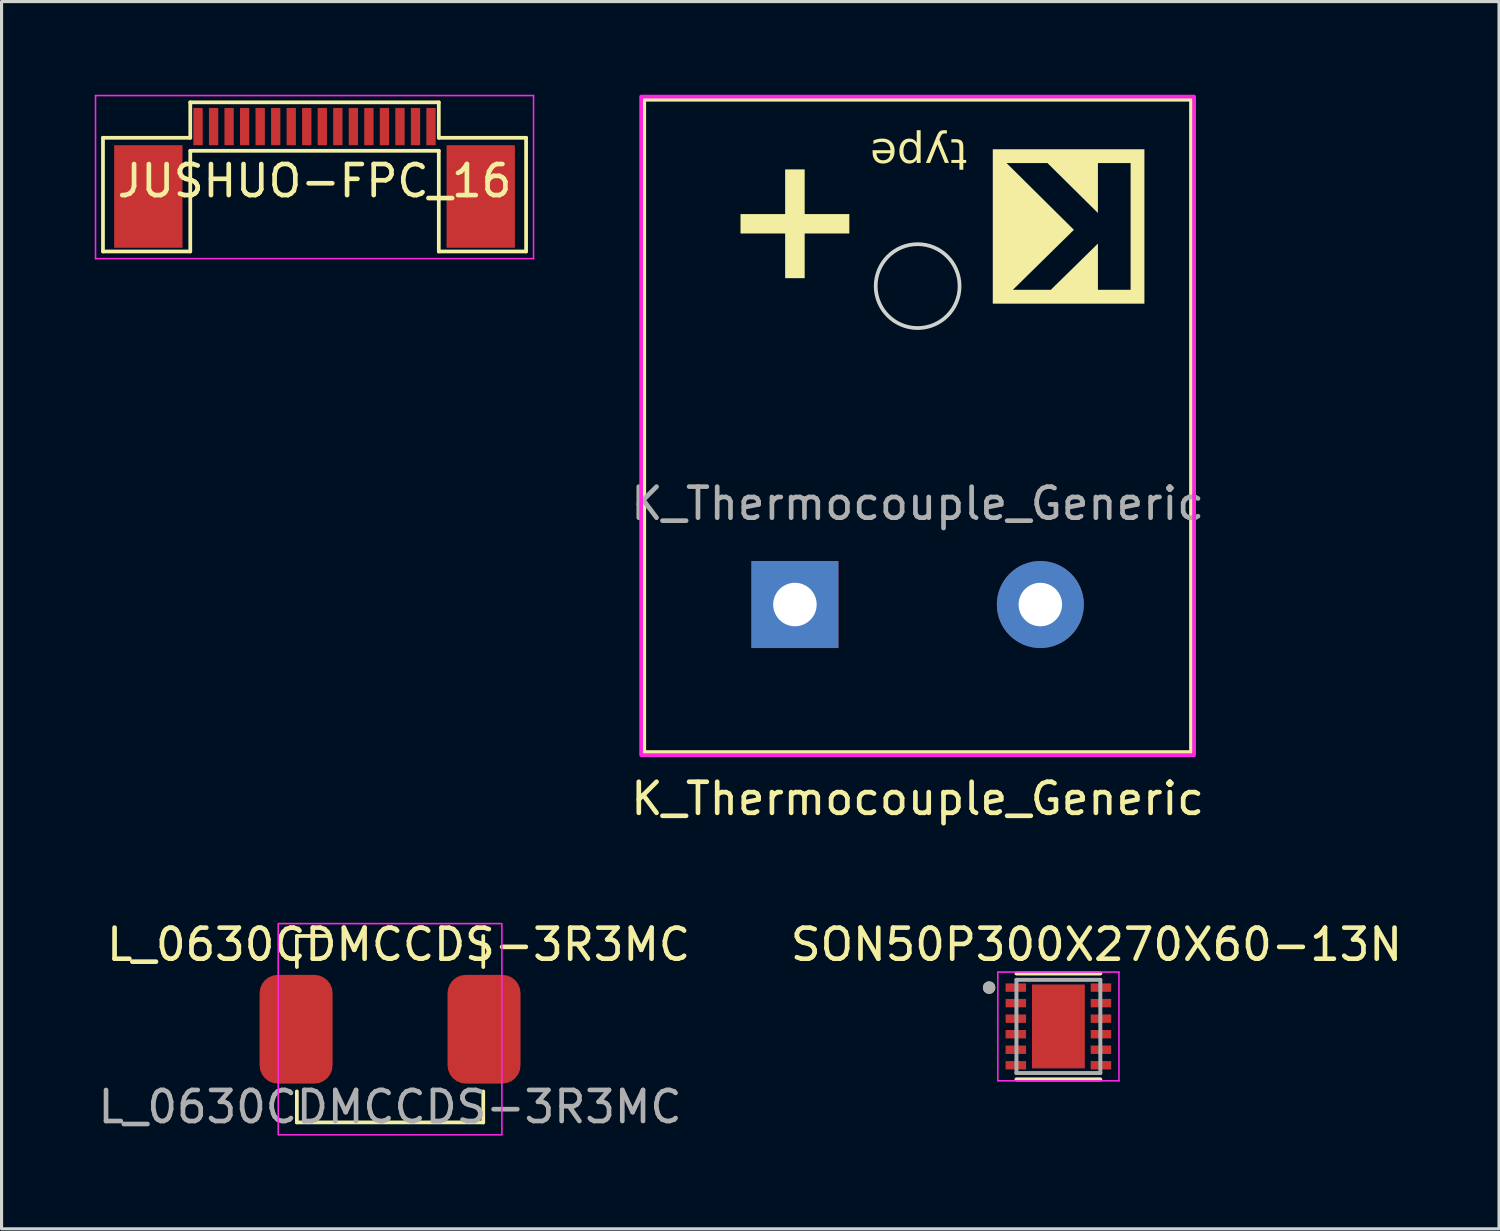
<source format=kicad_pcb>
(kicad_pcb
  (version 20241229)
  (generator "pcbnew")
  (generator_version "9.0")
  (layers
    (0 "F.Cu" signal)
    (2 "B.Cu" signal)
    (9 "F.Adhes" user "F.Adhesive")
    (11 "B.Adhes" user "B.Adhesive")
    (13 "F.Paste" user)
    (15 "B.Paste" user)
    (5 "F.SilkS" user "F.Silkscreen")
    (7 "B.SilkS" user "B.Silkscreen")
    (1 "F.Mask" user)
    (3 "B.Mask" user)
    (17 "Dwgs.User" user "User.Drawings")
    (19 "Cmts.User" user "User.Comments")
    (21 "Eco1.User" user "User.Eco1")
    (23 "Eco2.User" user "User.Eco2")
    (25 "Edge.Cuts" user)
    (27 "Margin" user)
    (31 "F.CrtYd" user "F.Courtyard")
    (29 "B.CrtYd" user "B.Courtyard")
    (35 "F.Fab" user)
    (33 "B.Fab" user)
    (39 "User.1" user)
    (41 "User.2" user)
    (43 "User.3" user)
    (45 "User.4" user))
  (footprint "JUSHUO-FPC_16"
    (layer "F.Cu")
    (at 7.075 1.025)
    (property "Reference" "JUSHUO-FPC_16" (at 0 1.75 0) (layer "F.SilkS") (effects (font (size 1 1) (thickness 0.15))))
    (attr through_hole)
    (fp_line (start -6.81 0.36) (end -4 0.36) (stroke (width 0.12) (type solid)) (layer "F.SilkS"))
    (fp_line (start -6.81 4.02) (end -6.81 0.36) (stroke (width 0.12) (type solid)) (layer "F.SilkS"))
    (fp_line (start -4 -0.78) (end 4 -0.78) (stroke (width 0.12) (type solid)) (layer "F.SilkS"))
    (fp_line (start -4 0.36) (end -4 -0.78) (stroke (width 0.12) (type solid)) (layer "F.SilkS"))
    (fp_line (start -4 0.78) (end -4 4.02) (stroke (width 0.12) (type solid)) (layer "F.SilkS"))
    (fp_line (start -4 0.78) (end 4 0.78) (stroke (width 0.12) (type solid)) (layer "F.SilkS"))
    (fp_line (start -4 4.02) (end -6.81 4.02) (stroke (width 0.12) (type solid)) (layer "F.SilkS"))
    (fp_line (start 4 0.36) (end 4 -0.78) (stroke (width 0.12) (type solid)) (layer "F.SilkS"))
    (fp_line (start 4 0.78) (end 4 4.02) (stroke (width 0.12) (type solid)) (layer "F.SilkS"))
    (fp_line (start 4 4.02) (end 6.81 4.02) (stroke (width 0.12) (type solid)) (layer "F.SilkS"))
    (fp_line (start 6.81 0.36) (end 4 0.36) (stroke (width 0.12) (type solid)) (layer "F.SilkS"))
    (fp_line (start 6.81 4.02) (end 6.81 0.36) (stroke (width 0.12) (type solid)) (layer "F.SilkS"))
    (fp_line (start -7.05 -1) (end -7.05 4.25) (stroke (width 0.05) (type solid)) (layer "F.CrtYd"))
    (fp_line (start -7.05 -1) (end 7.05 -1) (stroke (width 0.05) (type solid)) (layer "F.CrtYd"))
    (fp_line (start -7.05 4.25) (end 7.05 4.25) (stroke (width 0.05) (type solid)) (layer "F.CrtYd"))
    (fp_line (start 7.05 -1) (end 7.05 4.25) (stroke (width 0.05) (type solid)) (layer "F.CrtYd"))
    (pad "1" smd rect (at -3.75 0) (size 0.3 1.2) (layers "F.Cu" "F.Mask" "F.Paste"))
    (pad "2" smd rect (at -3.25 0) (size 0.3 1.2) (layers "F.Cu" "F.Mask" "F.Paste"))
    (pad "3" smd rect (at -2.75 0) (size 0.3 1.2) (layers "F.Cu" "F.Mask" "F.Paste"))
    (pad "4" smd rect (at -2.25 0) (size 0.3 1.2) (layers "F.Cu" "F.Mask" "F.Paste"))
    (pad "5" smd rect (at -1.75 0) (size 0.3 1.2) (layers "F.Cu" "F.Mask" "F.Paste"))
    (pad "6" smd rect (at -1.25 0) (size 0.3 1.2) (layers "F.Cu" "F.Mask" "F.Paste"))
    (pad "7" smd rect (at -0.75 0) (size 0.3 1.2) (layers "F.Cu" "F.Mask" "F.Paste"))
    (pad "8" smd rect (at -0.25 0) (size 0.3 1.2) (layers "F.Cu" "F.Mask" "F.Paste"))
    (pad "9" smd rect (at 0.25 0) (size 0.3 1.2) (layers "F.Cu" "F.Mask" "F.Paste"))
    (pad "10" smd rect (at 0.75 0) (size 0.3 1.2) (layers "F.Cu" "F.Mask" "F.Paste"))
    (pad "11" smd rect (at 1.25 0) (size 0.3 1.2) (layers "F.Cu" "F.Mask" "F.Paste"))
    (pad "12" smd rect (at 1.75 0) (size 0.3 1.2) (layers "F.Cu" "F.Mask" "F.Paste"))
    (pad "13" smd rect (at 2.25 0) (size 0.3 1.2) (layers "F.Cu" "F.Mask" "F.Paste"))
    (pad "14" smd rect (at 2.75 0) (size 0.3 1.2) (layers "F.Cu" "F.Mask" "F.Paste"))
    (pad "15" smd rect (at 3.25 0) (size 0.3 1.2) (layers "F.Cu" "F.Mask" "F.Paste"))
    (pad "16" smd rect (at 3.75 0) (size 0.3 1.2) (layers "F.Cu" "F.Mask" "F.Paste"))
    (pad "MP" smd rect (at -5.35 2.25) (size 2.2 3.3) (layers "F.Cu" "F.Mask" "F.Paste"))
    (pad "MP" smd rect (at 5.35 2.25) (size 2.2 3.3) (layers "F.Cu" "F.Mask" "F.Paste")))
  (footprint "SON50P300X270X60-13N"
    (layer "F.Cu")
    (at 31.02 29.991)
    (property "Reference" "SON50P300X270X60-13N" (at 1.225 -2.635 0) (layer "F.SilkS") (effects (font (size 1 1) (thickness 0.15))))
    (attr through_hole)
    (fp_line (start -1.35 -1.705) (end 1.35 -1.705) (stroke (width 0.127) (type solid)) (layer "F.SilkS"))
    (fp_line (start -1.35 1.705) (end 1.35 1.705) (stroke (width 0.127) (type solid)) (layer "F.SilkS"))
    (fp_circle (center -2.23 -1.25) (end -2.13 -1.25) (stroke (width 0.2) (type solid)) (fill no) (layer "F.SilkS"))
    (fp_poly (pts (xy -0.54 -0.85) (xy 0.54 -0.85) (xy 0.54 0.85) (xy -0.54 0.85)) (stroke (width 0.01) (type solid)) (fill yes) (layer "F.Paste"))
    (fp_line (start -1.95 -1.75) (end -1.95 1.75) (stroke (width 0.05) (type solid)) (layer "F.CrtYd"))
    (fp_line (start -1.95 -1.75) (end 1.95 -1.75) (stroke (width 0.05) (type solid)) (layer "F.CrtYd"))
    (fp_line (start -1.95 1.75) (end 1.95 1.75) (stroke (width 0.05) (type solid)) (layer "F.CrtYd"))
    (fp_line (start 1.95 -1.75) (end 1.95 1.75) (stroke (width 0.05) (type solid)) (layer "F.CrtYd"))
    (fp_line (start -1.35 -1.5) (end -1.35 1.5) (stroke (width 0.127) (type solid)) (layer "F.Fab"))
    (fp_line (start -1.35 -1.5) (end 1.35 -1.5) (stroke (width 0.127) (type solid)) (layer "F.Fab"))
    (fp_line (start -1.35 1.5) (end 1.35 1.5) (stroke (width 0.127) (type solid)) (layer "F.Fab"))
    (fp_line (start 1.35 -1.5) (end 1.35 1.5) (stroke (width 0.127) (type solid)) (layer "F.Fab"))
    (fp_circle (center -2.23 -1.25) (end -2.13 -1.25) (stroke (width 0.2) (type solid)) (fill no) (layer "F.Fab"))
    (pad "1" smd roundrect (at -1.37 -1.25) (size 0.66 0.27) (layers "F.Cu" "F.Mask" "F.Paste") (roundrect_rratio 0.03))
    (pad "2" smd roundrect (at -1.37 -0.75) (size 0.66 0.27) (layers "F.Cu" "F.Mask" "F.Paste") (roundrect_rratio 0.03))
    (pad "3" smd roundrect (at -1.37 -0.25) (size 0.66 0.27) (layers "F.Cu" "F.Mask" "F.Paste") (roundrect_rratio 0.03))
    (pad "4" smd roundrect (at -1.37 0.25) (size 0.66 0.27) (layers "F.Cu" "F.Mask" "F.Paste") (roundrect_rratio 0.03))
    (pad "5" smd roundrect (at -1.37 0.75) (size 0.66 0.27) (layers "F.Cu" "F.Mask" "F.Paste") (roundrect_rratio 0.03))
    (pad "6" smd roundrect (at -1.37 1.25) (size 0.66 0.27) (layers "F.Cu" "F.Mask" "F.Paste") (roundrect_rratio 0.03))
    (pad "7" smd roundrect (at 1.37 1.25) (size 0.66 0.27) (layers "F.Cu" "F.Mask" "F.Paste") (roundrect_rratio 0.03))
    (pad "8" smd roundrect (at 1.37 0.75) (size 0.66 0.27) (layers "F.Cu" "F.Mask" "F.Paste") (roundrect_rratio 0.03))
    (pad "9" smd roundrect (at 1.37 0.25) (size 0.66 0.27) (layers "F.Cu" "F.Mask" "F.Paste") (roundrect_rratio 0.03))
    (pad "10" smd roundrect (at 1.37 -0.25) (size 0.66 0.27) (layers "F.Cu" "F.Mask" "F.Paste") (roundrect_rratio 0.03))
    (pad "11" smd roundrect (at 1.37 -0.75) (size 0.66 0.27) (layers "F.Cu" "F.Mask" "F.Paste") (roundrect_rratio 0.03))
    (pad "12" smd roundrect (at 1.37 -1.25) (size 0.66 0.27) (layers "F.Cu" "F.Mask" "F.Paste") (roundrect_rratio 0.03))
    (pad "13" smd rect (at 0 0) (size 1.7 2.7) (layers "F.Cu" "F.Mask")))
  (footprint "L_0630CDMCCDS-3R3MC"
    (layer "F.Cu")
    (at 9.506 30.081)
    (property "Reference" "L_0630CDMCCDS-3R3MC" (at 0.275 -2.725 0) (unlocked yes) (layer "F.SilkS") (effects (font (size 1 1) (thickness 0.15))))
    (attr smd)
    (fp_line (start -3 -3) (end -2 -3) (stroke (width 0.12) (type solid)) (layer "F.SilkS"))
    (fp_line (start -3 -2) (end -3 -3) (stroke (width 0.12) (type solid)) (layer "F.SilkS"))
    (fp_line (start -3 2) (end -3 3) (stroke (width 0.12) (type solid)) (layer "F.SilkS"))
    (fp_line (start -3 3) (end 3 3) (stroke (width 0.12) (type solid)) (layer "F.SilkS"))
    (fp_line (start 3 -3) (end 3 -2) (stroke (width 0.12) (type solid)) (layer "F.SilkS"))
    (fp_line (start 3 3) (end 3 2) (stroke (width 0.12) (type solid)) (layer "F.SilkS"))
    (fp_rect (start -3.6 3.4) (end 3.6 -3.4) (stroke (width 0.05) (type solid)) (fill no) (layer "F.CrtYd"))
    (fp_text user "${REFERENCE}" (at 0 2.5 0) (unlocked yes) (layer "F.Fab") (effects (font (size 1 1) (thickness 0.15))))
    (pad "1" smd roundrect (at -3.025 0) (size 2.35 3.5) (layers "F.Cu" "F.Mask" "F.Paste") (roundrect_rratio 0.25))
    (pad "2" smd roundrect (at 3.025 0) (size 2.35 3.5) (layers "F.Cu" "F.Mask" "F.Paste") (roundrect_rratio 0.25)))
  (footprint "K_Thermocouple_Generic"
    (layer "F.Cu")
    (at 26.489 10.66)
    (property "Reference" "K_Thermocouple_Generic" (at 0 12 0) (unlocked yes) (layer "F.SilkS") (effects (font (size 1 1) (thickness 0.15))))
    (attr through_hole)
    (fp_rect (start -8.8 -10.5) (end 8.8 10.5) (stroke (width 0.12) (type default)) (fill no) (layer "F.SilkS"))
    (fp_circle (center 0 -4.5) (end 1.35 -4.5) (stroke (width 0.12) (type default)) (fill no) (layer "Edge.Cuts"))
    (fp_rect (start -8.9 -10.6) (end 8.9 10.6) (stroke (width 0.12) (type default)) (fill no) (layer "F.CrtYd"))
    (fp_text user "+" (at -3.95 -6.4 0) (unlocked yes) (layer "F.SilkS") (effects (font (face "Cambria") (size 4 4) (thickness 0.6) (bold yes))))
    (fp_text user "type" (at 1.6 -9.4 180) (unlocked yes) (layer "F.SilkS") (effects (font (face "Open Sans") (size 1 1) (thickness 0.15)) (justify left bottom)))
    (fp_text user "K" (at 5.2 -6.8 180) (unlocked yes) (layer "F.SilkS" knockout) (effects (font (face "Helvetica") (size 4 4) (thickness 0.4) (bold yes))))
    (fp_text user "${REFERENCE}" (at 0 2.5 0) (unlocked yes) (layer "F.Fab") (effects (font (size 1 1) (thickness 0.15))))
    (pad "1" thru_hole rect (at -3.95 5.75) (size 2.8 2.8) (drill 1.4) (layers "*.Cu" "*.Mask"))
    (pad "2" thru_hole circle (at 3.95 5.75) (size 2.8 2.8) (drill 1.4) (layers "*.Cu" "*.Mask")))
  (gr_rect
    (start -3 -3)
    (end 45.204 36.507)
    (stroke (width 0.1) (type default))
    (fill no)
    (layer "Edge.Cuts")))
</source>
